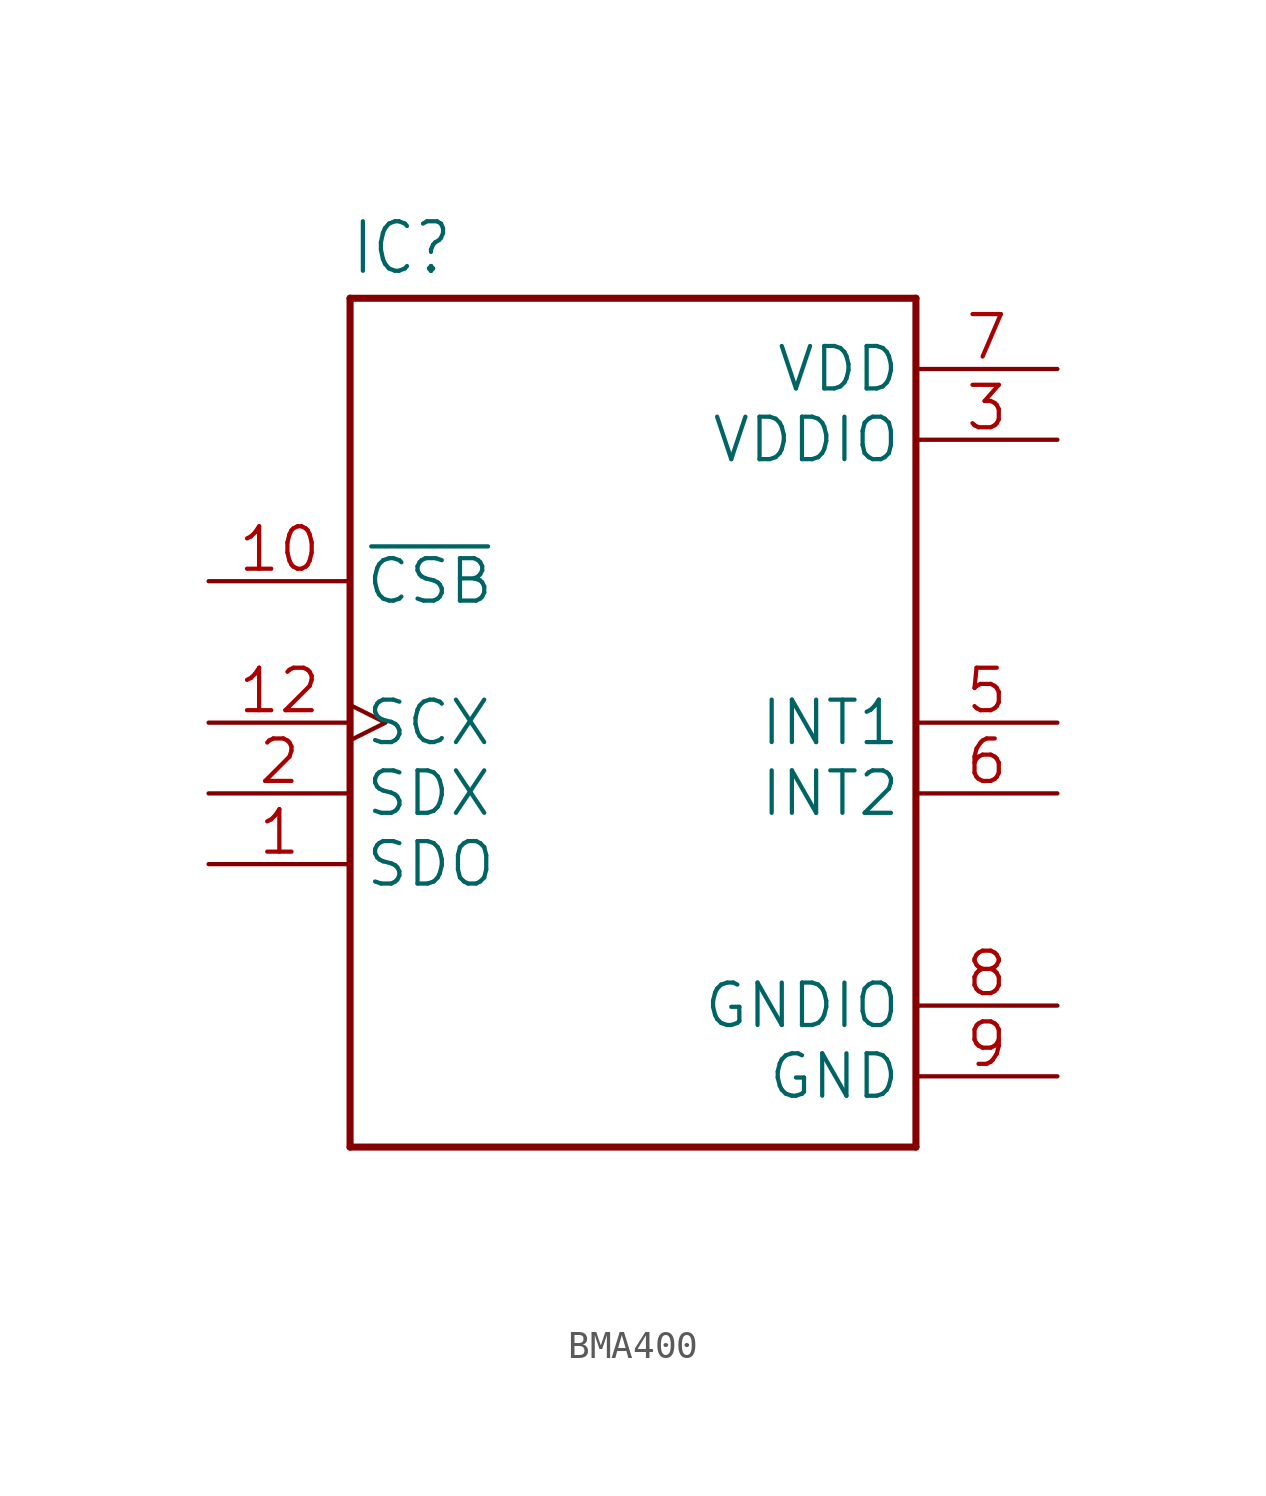
<source format=kicad_sym>
(kicad_symbol_lib
  (version 20241209)
  (generator "kicad_symbol_editor")
  (generator_version "9.0")
  (symbol "BMA400"
    (property "Reference" "IC"
      (at -10.16 16.002 0)
      (effects (font (size 1.778 1.511)) (justify left bottom)))
    (property "Value" ""
      (at -10.16 -17.78 0)
      (effects (font (size 1.778 1.511)) (justify left bottom)))
    (property "ki_locked" ""
      (at 0 0 0)
      (effects (font (size 1.27 1.27))))
    (symbol "BMA400_1_0"
      (polyline (pts (xy -10.16 15.24) (xy 10.16 15.24)) (stroke (width 0.254) (type solid)) (fill (type none)))
      (polyline (pts (xy -10.16 -15.24) (xy -10.16 15.24)) (stroke (width 0.254) (type solid)) (fill (type none)))
      (polyline (pts (xy 10.16 15.24) (xy 10.16 -15.24)) (stroke (width 0.254) (type solid)) (fill (type none)))
      (polyline (pts (xy 10.16 -15.24) (xy -10.16 -15.24)) (stroke (width 0.254) (type solid)) (fill (type none)))
      (pin input line (at -15.24 5.08 0) (length 5.08) (name "~{CSB}" (effects (font (size 1.524 1.524)))) (number "10" (effects (font (size 1.524 1.524)))))
      (pin input clock (at -15.24 0 0) (length 5.08) (name "SCX" (effects (font (size 1.524 1.524)))) (number "12" (effects (font (size 1.524 1.524)))))
      (pin bidirectional line (at -15.24 -2.54 0) (length 5.08) (name "SDX" (effects (font (size 1.524 1.524)))) (number "2" (effects (font (size 1.524 1.524)))))
      (pin bidirectional line (at -15.24 -5.08 0) (length 5.08) (name "SDO" (effects (font (size 1.524 1.524)))) (number "1" (effects (font (size 1.524 1.524)))))
      (pin power_in line (at 15.24 12.7 180) (length 5.08) (name "VDD" (effects (font (size 1.524 1.524)))) (number "7" (effects (font (size 1.524 1.524)))))
      (pin power_in line (at 15.24 10.16 180) (length 5.08) (name "VDDIO" (effects (font (size 1.524 1.524)))) (number "3" (effects (font (size 1.524 1.524)))))
      (pin bidirectional line (at 15.24 0 180) (length 5.08) (name "INT1" (effects (font (size 1.524 1.524)))) (number "5" (effects (font (size 1.524 1.524)))))
      (pin bidirectional line (at 15.24 -2.54 180) (length 5.08) (name "INT2" (effects (font (size 1.524 1.524)))) (number "6" (effects (font (size 1.524 1.524)))))
      (pin power_in line (at 15.24 -10.16 180) (length 5.08) (name "GNDIO" (effects (font (size 1.524 1.524)))) (number "8" (effects (font (size 1.524 1.524)))))
      (pin power_in line (at 15.24 -12.7 180) (length 5.08) (name "GND" (effects (font (size 1.524 1.524)))) (number "9" (effects (font (size 1.524 1.524))))))))
</source>
